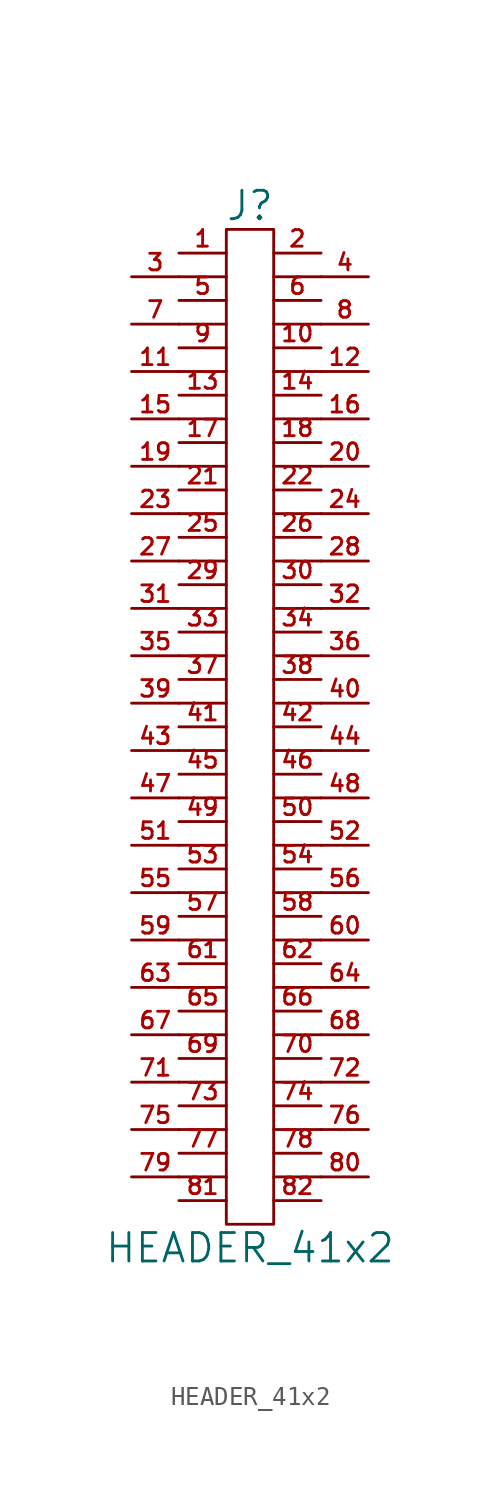
<source format=kicad_sym>
(kicad_symbol_lib
  (version 20220914)
  (generator kicad_symbol_editor)
  (symbol "HEADER_41x2"
    (pin_names
      (offset 0))
    (property "Reference" "J"
      (at 0 27.94 0)
      (effects (font (size 1.524 1.524))))
    (property "Value" "HEADER_41x2"
      (at 0 -27.94 0)
      (effects (font (size 1.524 1.524))))
    (property "Footprint" ""
      (at 0 1.27 0)
      (effects (font (size 1.524 1.524))))
    (property "Datasheet" ""
      (at 0 0 0)
      (effects (font (size 1.524 1.524))))
    (symbol "HEADER_41x2_0_1"
      (polyline (pts (xy -3.81 -24.13) (xy -1.27 -24.13)) (stroke (width 0) (type solid)) (fill (type none)))
      (polyline (pts (xy -3.81 -21.59) (xy -1.27 -21.59)) (stroke (width 0) (type solid)) (fill (type none)))
      (polyline (pts (xy -3.81 -19.05) (xy -1.27 -19.05)) (stroke (width 0) (type solid)) (fill (type none)))
      (polyline (pts (xy -3.81 -16.51) (xy -1.27 -16.51)) (stroke (width 0) (type solid)) (fill (type none)))
      (polyline (pts (xy -3.81 -13.97) (xy -1.27 -13.97)) (stroke (width 0) (type solid)) (fill (type none)))
      (polyline (pts (xy -3.81 -11.43) (xy -1.27 -11.43)) (stroke (width 0) (type solid)) (fill (type none)))
      (polyline (pts (xy -3.81 -8.89) (xy -1.27 -8.89)) (stroke (width 0) (type solid)) (fill (type none)))
      (polyline (pts (xy -3.81 -6.35) (xy -1.27 -6.35)) (stroke (width 0) (type solid)) (fill (type none)))
      (polyline (pts (xy -3.81 -3.81) (xy -1.27 -3.81)) (stroke (width 0) (type solid)) (fill (type none)))
      (polyline (pts (xy -3.81 -1.27) (xy -1.27 -1.27)) (stroke (width 0) (type solid)) (fill (type none)))
      (polyline (pts (xy -3.81 1.27) (xy -1.27 1.27)) (stroke (width 0) (type solid)) (fill (type none)))
      (polyline (pts (xy -3.81 3.81) (xy -1.27 3.81)) (stroke (width 0) (type solid)) (fill (type none)))
      (polyline (pts (xy -3.81 6.35) (xy -1.27 6.35)) (stroke (width 0) (type solid)) (fill (type none)))
      (polyline (pts (xy -3.81 8.89) (xy -1.27 8.89)) (stroke (width 0) (type solid)) (fill (type none)))
      (polyline (pts (xy -3.81 11.43) (xy -1.27 11.43)) (stroke (width 0) (type solid)) (fill (type none)))
      (polyline (pts (xy -3.81 13.97) (xy -1.27 13.97)) (stroke (width 0) (type solid)) (fill (type none)))
      (polyline (pts (xy -3.81 16.51) (xy -1.27 16.51)) (stroke (width 0) (type solid)) (fill (type none)))
      (polyline (pts (xy -3.81 19.05) (xy -1.27 19.05)) (stroke (width 0) (type solid)) (fill (type none)))
      (polyline (pts (xy -3.81 21.59) (xy -1.27 21.59)) (stroke (width 0) (type solid)) (fill (type none)))
      (polyline (pts (xy -3.81 24.13) (xy -1.27 24.13)) (stroke (width 0) (type solid)) (fill (type none)))
      (polyline (pts (xy 1.27 -24.13) (xy 3.81 -24.13)) (stroke (width 0) (type solid)) (fill (type none)))
      (polyline (pts (xy 1.27 -21.59) (xy 3.81 -21.59)) (stroke (width 0) (type solid)) (fill (type none)))
      (polyline (pts (xy 1.27 -19.05) (xy 3.81 -19.05)) (stroke (width 0) (type solid)) (fill (type none)))
      (polyline (pts (xy 1.27 -16.51) (xy 3.81 -16.51)) (stroke (width 0) (type solid)) (fill (type none)))
      (polyline (pts (xy 1.27 -13.97) (xy 3.81 -13.97)) (stroke (width 0) (type solid)) (fill (type none)))
      (polyline (pts (xy 1.27 -11.43) (xy 3.81 -11.43)) (stroke (width 0) (type solid)) (fill (type none)))
      (polyline (pts (xy 1.27 -8.89) (xy 3.81 -8.89)) (stroke (width 0) (type solid)) (fill (type none)))
      (polyline (pts (xy 1.27 -6.35) (xy 3.81 -6.35)) (stroke (width 0) (type solid)) (fill (type none)))
      (polyline (pts (xy 1.27 -3.81) (xy 3.81 -3.81)) (stroke (width 0) (type solid)) (fill (type none)))
      (polyline (pts (xy 1.27 -1.27) (xy 3.81 -1.27)) (stroke (width 0) (type solid)) (fill (type none)))
      (polyline (pts (xy 1.27 1.27) (xy 3.81 1.27)) (stroke (width 0) (type solid)) (fill (type none)))
      (polyline (pts (xy 1.27 3.81) (xy 3.81 3.81)) (stroke (width 0) (type solid)) (fill (type none)))
      (polyline (pts (xy 1.27 6.35) (xy 3.81 6.35)) (stroke (width 0) (type solid)) (fill (type none)))
      (polyline (pts (xy 1.27 8.89) (xy 3.81 8.89)) (stroke (width 0) (type solid)) (fill (type none)))
      (polyline (pts (xy 1.27 11.43) (xy 3.81 11.43)) (stroke (width 0) (type solid)) (fill (type none)))
      (polyline (pts (xy 1.27 13.97) (xy 3.81 13.97)) (stroke (width 0) (type solid)) (fill (type none)))
      (polyline (pts (xy 1.27 16.51) (xy 3.81 16.51)) (stroke (width 0) (type solid)) (fill (type none)))
      (polyline (pts (xy 1.27 19.05) (xy 3.81 19.05)) (stroke (width 0) (type solid)) (fill (type none)))
      (polyline (pts (xy 1.27 21.59) (xy 3.81 21.59)) (stroke (width 0) (type solid)) (fill (type none)))
      (polyline (pts (xy 1.27 24.13) (xy 3.81 24.13)) (stroke (width 0) (type solid)) (fill (type none)))
      (rectangle (start 1.27 -26.67) (end -1.27 26.67) (stroke (width 0) (type solid)) (fill (type none))))
    (symbol "HEADER_41x2_1_1"
      (pin passive line (at -3.81 25.4 0) (length 2.54) (name "~" (effects (font (size 1.27 1.27)))) (number "1" (effects (font (size 0.889 0.889)))))
      (pin passive line (at 3.81 20.32 180) (length 2.54) (name "~" (effects (font (size 1.27 1.27)))) (number "10" (effects (font (size 0.889 0.889)))))
      (pin passive line (at -6.35 19.05 0) (length 2.54) (name "~" (effects (font (size 1.27 1.27)))) (number "11" (effects (font (size 0.889 0.889)))))
      (pin passive line (at 6.35 19.05 180) (length 2.54) (name "~" (effects (font (size 1.27 1.27)))) (number "12" (effects (font (size 0.889 0.889)))))
      (pin passive line (at -3.81 17.78 0) (length 2.54) (name "~" (effects (font (size 1.27 1.27)))) (number "13" (effects (font (size 0.889 0.889)))))
      (pin passive line (at 3.81 17.78 180) (length 2.54) (name "~" (effects (font (size 1.27 1.27)))) (number "14" (effects (font (size 0.889 0.889)))))
      (pin passive line (at -6.35 16.51 0) (length 2.54) (name "~" (effects (font (size 1.27 1.27)))) (number "15" (effects (font (size 0.889 0.889)))))
      (pin passive line (at 6.35 16.51 180) (length 2.54) (name "~" (effects (font (size 1.27 1.27)))) (number "16" (effects (font (size 0.889 0.889)))))
      (pin passive line (at -3.81 15.24 0) (length 2.54) (name "~" (effects (font (size 1.27 1.27)))) (number "17" (effects (font (size 0.889 0.889)))))
      (pin passive line (at 3.81 15.24 180) (length 2.54) (name "~" (effects (font (size 1.27 1.27)))) (number "18" (effects (font (size 0.889 0.889)))))
      (pin passive line (at -6.35 13.97 0) (length 2.54) (name "~" (effects (font (size 1.27 1.27)))) (number "19" (effects (font (size 0.889 0.889)))))
      (pin passive line (at 3.81 25.4 180) (length 2.54) (name "~" (effects (font (size 1.27 1.27)))) (number "2" (effects (font (size 0.889 0.889)))))
      (pin passive line (at 6.35 13.97 180) (length 2.54) (name "~" (effects (font (size 1.27 1.27)))) (number "20" (effects (font (size 0.889 0.889)))))
      (pin passive line (at -3.81 12.7 0) (length 2.54) (name "~" (effects (font (size 1.27 1.27)))) (number "21" (effects (font (size 0.889 0.889)))))
      (pin passive line (at 3.81 12.7 180) (length 2.54) (name "~" (effects (font (size 1.27 1.27)))) (number "22" (effects (font (size 0.889 0.889)))))
      (pin passive line (at -6.35 11.43 0) (length 2.54) (name "~" (effects (font (size 1.27 1.27)))) (number "23" (effects (font (size 0.889 0.889)))))
      (pin passive line (at 6.35 11.43 180) (length 2.54) (name "~" (effects (font (size 1.27 1.27)))) (number "24" (effects (font (size 0.889 0.889)))))
      (pin passive line (at -3.81 10.16 0) (length 2.54) (name "~" (effects (font (size 1.27 1.27)))) (number "25" (effects (font (size 0.889 0.889)))))
      (pin passive line (at 3.81 10.16 180) (length 2.54) (name "~" (effects (font (size 1.27 1.27)))) (number "26" (effects (font (size 0.889 0.889)))))
      (pin passive line (at -6.35 8.89 0) (length 2.54) (name "~" (effects (font (size 1.27 1.27)))) (number "27" (effects (font (size 0.889 0.889)))))
      (pin passive line (at 6.35 8.89 180) (length 2.54) (name "~" (effects (font (size 1.27 1.27)))) (number "28" (effects (font (size 0.889 0.889)))))
      (pin passive line (at -3.81 7.62 0) (length 2.54) (name "~" (effects (font (size 1.27 1.27)))) (number "29" (effects (font (size 0.889 0.889)))))
      (pin passive line (at -6.35 24.13 0) (length 2.54) (name "~" (effects (font (size 1.27 1.27)))) (number "3" (effects (font (size 0.889 0.889)))))
      (pin passive line (at 3.81 7.62 180) (length 2.54) (name "~" (effects (font (size 1.27 1.27)))) (number "30" (effects (font (size 0.889 0.889)))))
      (pin passive line (at -6.35 6.35 0) (length 2.54) (name "~" (effects (font (size 1.27 1.27)))) (number "31" (effects (font (size 0.889 0.889)))))
      (pin passive line (at 6.35 6.35 180) (length 2.54) (name "~" (effects (font (size 1.27 1.27)))) (number "32" (effects (font (size 0.889 0.889)))))
      (pin passive line (at -3.81 5.08 0) (length 2.54) (name "~" (effects (font (size 1.27 1.27)))) (number "33" (effects (font (size 0.889 0.889)))))
      (pin passive line (at 3.81 5.08 180) (length 2.54) (name "~" (effects (font (size 1.27 1.27)))) (number "34" (effects (font (size 0.889 0.889)))))
      (pin passive line (at -6.35 3.81 0) (length 2.54) (name "~" (effects (font (size 1.27 1.27)))) (number "35" (effects (font (size 0.889 0.889)))))
      (pin passive line (at 6.35 3.81 180) (length 2.54) (name "~" (effects (font (size 1.27 1.27)))) (number "36" (effects (font (size 0.889 0.889)))))
      (pin passive line (at -3.81 2.54 0) (length 2.54) (name "~" (effects (font (size 0.889 0.889)))) (number "37" (effects (font (size 0.889 0.889)))))
      (pin passive line (at 3.81 2.54 180) (length 2.54) (name "~" (effects (font (size 1.27 1.27)))) (number "38" (effects (font (size 0.889 0.889)))))
      (pin passive line (at -6.35 1.27 0) (length 2.54) (name "~" (effects (font (size 1.27 1.27)))) (number "39" (effects (font (size 0.889 0.889)))))
      (pin passive line (at 6.35 24.13 180) (length 2.54) (name "~" (effects (font (size 1.27 1.27)))) (number "4" (effects (font (size 0.889 0.889)))))
      (pin passive line (at 6.35 1.27 180) (length 2.54) (name "~" (effects (font (size 1.27 1.27)))) (number "40" (effects (font (size 0.889 0.889)))))
      (pin passive line (at -3.81 0 0) (length 2.54) (name "~" (effects (font (size 1.27 1.27)))) (number "41" (effects (font (size 0.889 0.889)))))
      (pin passive line (at 3.81 0 180) (length 2.54) (name "~" (effects (font (size 1.27 1.27)))) (number "42" (effects (font (size 0.889 0.889)))))
      (pin passive line (at -6.35 -1.27 0) (length 2.54) (name "~" (effects (font (size 1.27 1.27)))) (number "43" (effects (font (size 0.889 0.889)))))
      (pin passive line (at 6.35 -1.27 180) (length 2.54) (name "~" (effects (font (size 1.27 1.27)))) (number "44" (effects (font (size 0.889 0.889)))))
      (pin passive line (at -3.81 -2.54 0) (length 2.54) (name "~" (effects (font (size 1.27 1.27)))) (number "45" (effects (font (size 0.889 0.889)))))
      (pin passive line (at 3.81 -2.54 180) (length 2.54) (name "~" (effects (font (size 1.27 1.27)))) (number "46" (effects (font (size 0.889 0.889)))))
      (pin passive line (at -6.35 -3.81 0) (length 2.54) (name "~" (effects (font (size 1.27 1.27)))) (number "47" (effects (font (size 0.889 0.889)))))
      (pin passive line (at 6.35 -3.81 180) (length 2.54) (name "~" (effects (font (size 1.27 1.27)))) (number "48" (effects (font (size 0.889 0.889)))))
      (pin passive line (at -3.81 -5.08 0) (length 2.54) (name "~" (effects (font (size 1.27 1.27)))) (number "49" (effects (font (size 0.889 0.889)))))
      (pin passive line (at -3.81 22.86 0) (length 2.54) (name "~" (effects (font (size 1.27 1.27)))) (number "5" (effects (font (size 0.889 0.889)))))
      (pin passive line (at 3.81 -5.08 180) (length 2.54) (name "~" (effects (font (size 1.27 1.27)))) (number "50" (effects (font (size 0.889 0.889)))))
      (pin passive line (at -6.35 -6.35 0) (length 2.54) (name "~" (effects (font (size 1.27 1.27)))) (number "51" (effects (font (size 0.889 0.889)))))
      (pin passive line (at 6.35 -6.35 180) (length 2.54) (name "~" (effects (font (size 1.27 1.27)))) (number "52" (effects (font (size 0.889 0.889)))))
      (pin passive line (at -3.81 -7.62 0) (length 2.54) (name "~" (effects (font (size 1.27 1.27)))) (number "53" (effects (font (size 0.889 0.889)))))
      (pin passive line (at 3.81 -7.62 180) (length 2.54) (name "~" (effects (font (size 1.27 1.27)))) (number "54" (effects (font (size 0.889 0.889)))))
      (pin passive line (at -6.35 -8.89 0) (length 2.54) (name "~" (effects (font (size 1.27 1.27)))) (number "55" (effects (font (size 0.889 0.889)))))
      (pin passive line (at 6.35 -8.89 180) (length 2.54) (name "~" (effects (font (size 1.27 1.27)))) (number "56" (effects (font (size 0.889 0.889)))))
      (pin passive line (at -3.81 -10.16 0) (length 2.54) (name "~" (effects (font (size 1.27 1.27)))) (number "57" (effects (font (size 0.889 0.889)))))
      (pin passive line (at 3.81 -10.16 180) (length 2.54) (name "~" (effects (font (size 1.27 1.27)))) (number "58" (effects (font (size 0.889 0.889)))))
      (pin passive line (at -6.35 -11.43 0) (length 2.54) (name "~" (effects (font (size 1.27 1.27)))) (number "59" (effects (font (size 0.889 0.889)))))
      (pin passive line (at 3.81 22.86 180) (length 2.54) (name "~" (effects (font (size 1.27 1.27)))) (number "6" (effects (font (size 0.889 0.889)))))
      (pin passive line (at 6.35 -11.43 180) (length 2.54) (name "~" (effects (font (size 1.27 1.27)))) (number "60" (effects (font (size 0.889 0.889)))))
      (pin passive line (at -3.81 -12.7 0) (length 2.54) (name "~" (effects (font (size 1.27 1.27)))) (number "61" (effects (font (size 0.889 0.889)))))
      (pin passive line (at 3.81 -12.7 180) (length 2.54) (name "~" (effects (font (size 1.27 1.27)))) (number "62" (effects (font (size 0.889 0.889)))))
      (pin passive line (at -6.35 -13.97 0) (length 2.54) (name "~" (effects (font (size 1.27 1.27)))) (number "63" (effects (font (size 0.889 0.889)))))
      (pin passive line (at 6.35 -13.97 180) (length 2.54) (name "~" (effects (font (size 1.27 1.27)))) (number "64" (effects (font (size 0.889 0.889)))))
      (pin passive line (at -3.81 -15.24 0) (length 2.54) (name "~" (effects (font (size 1.27 1.27)))) (number "65" (effects (font (size 0.889 0.889)))))
      (pin passive line (at 3.81 -15.24 180) (length 2.54) (name "~" (effects (font (size 1.27 1.27)))) (number "66" (effects (font (size 0.889 0.889)))))
      (pin passive line (at -6.35 -16.51 0) (length 2.54) (name "~" (effects (font (size 1.27 1.27)))) (number "67" (effects (font (size 0.889 0.889)))))
      (pin passive line (at 6.35 -16.51 180) (length 2.54) (name "~" (effects (font (size 1.27 1.27)))) (number "68" (effects (font (size 0.889 0.889)))))
      (pin passive line (at -3.81 -17.78 0) (length 2.54) (name "~" (effects (font (size 1.27 1.27)))) (number "69" (effects (font (size 0.889 0.889)))))
      (pin passive line (at -6.35 21.59 0) (length 2.54) (name "~" (effects (font (size 1.27 1.27)))) (number "7" (effects (font (size 0.889 0.889)))))
      (pin passive line (at 3.81 -17.78 180) (length 2.54) (name "~" (effects (font (size 1.27 1.27)))) (number "70" (effects (font (size 0.889 0.889)))))
      (pin passive line (at -6.35 -19.05 0) (length 2.54) (name "~" (effects (font (size 1.27 1.27)))) (number "71" (effects (font (size 0.889 0.889)))))
      (pin passive line (at 6.35 -19.05 180) (length 2.54) (name "~" (effects (font (size 1.27 1.27)))) (number "72" (effects (font (size 0.889 0.889)))))
      (pin passive line (at -3.81 -20.32 0) (length 2.54) (name "~" (effects (font (size 1.27 1.27)))) (number "73" (effects (font (size 0.889 0.889)))))
      (pin passive line (at 3.81 -20.32 180) (length 2.54) (name "~" (effects (font (size 1.27 1.27)))) (number "74" (effects (font (size 0.889 0.889)))))
      (pin passive line (at -6.35 -21.59 0) (length 2.54) (name "~" (effects (font (size 1.27 1.27)))) (number "75" (effects (font (size 0.889 0.889)))))
      (pin passive line (at 6.35 -21.59 180) (length 2.54) (name "~" (effects (font (size 1.27 1.27)))) (number "76" (effects (font (size 0.889 0.889)))))
      (pin passive line (at -3.81 -22.86 0) (length 2.54) (name "~" (effects (font (size 1.27 1.27)))) (number "77" (effects (font (size 0.889 0.889)))))
      (pin passive line (at 3.81 -22.86 180) (length 2.54) (name "~" (effects (font (size 1.27 1.27)))) (number "78" (effects (font (size 0.889 0.889)))))
      (pin passive line (at -6.35 -24.13 0) (length 2.54) (name "~" (effects (font (size 1.27 1.27)))) (number "79" (effects (font (size 0.889 0.889)))))
      (pin passive line (at 6.35 21.59 180) (length 2.54) (name "~" (effects (font (size 1.27 1.27)))) (number "8" (effects (font (size 0.889 0.889)))))
      (pin passive line (at 6.35 -24.13 180) (length 2.54) (name "~" (effects (font (size 1.27 1.27)))) (number "80" (effects (font (size 0.889 0.889)))))
      (pin passive line (at -3.81 -25.4 0) (length 2.54) (name "~" (effects (font (size 1.27 1.27)))) (number "81" (effects (font (size 0.889 0.889)))))
      (pin passive line (at 3.81 -25.4 180) (length 2.54) (name "~" (effects (font (size 1.27 1.27)))) (number "82" (effects (font (size 0.889 0.889)))))
      (pin passive line (at -3.81 20.32 0) (length 2.54) (name "~" (effects (font (size 1.27 1.27)))) (number "9" (effects (font (size 0.889 0.889))))))))
</source>
